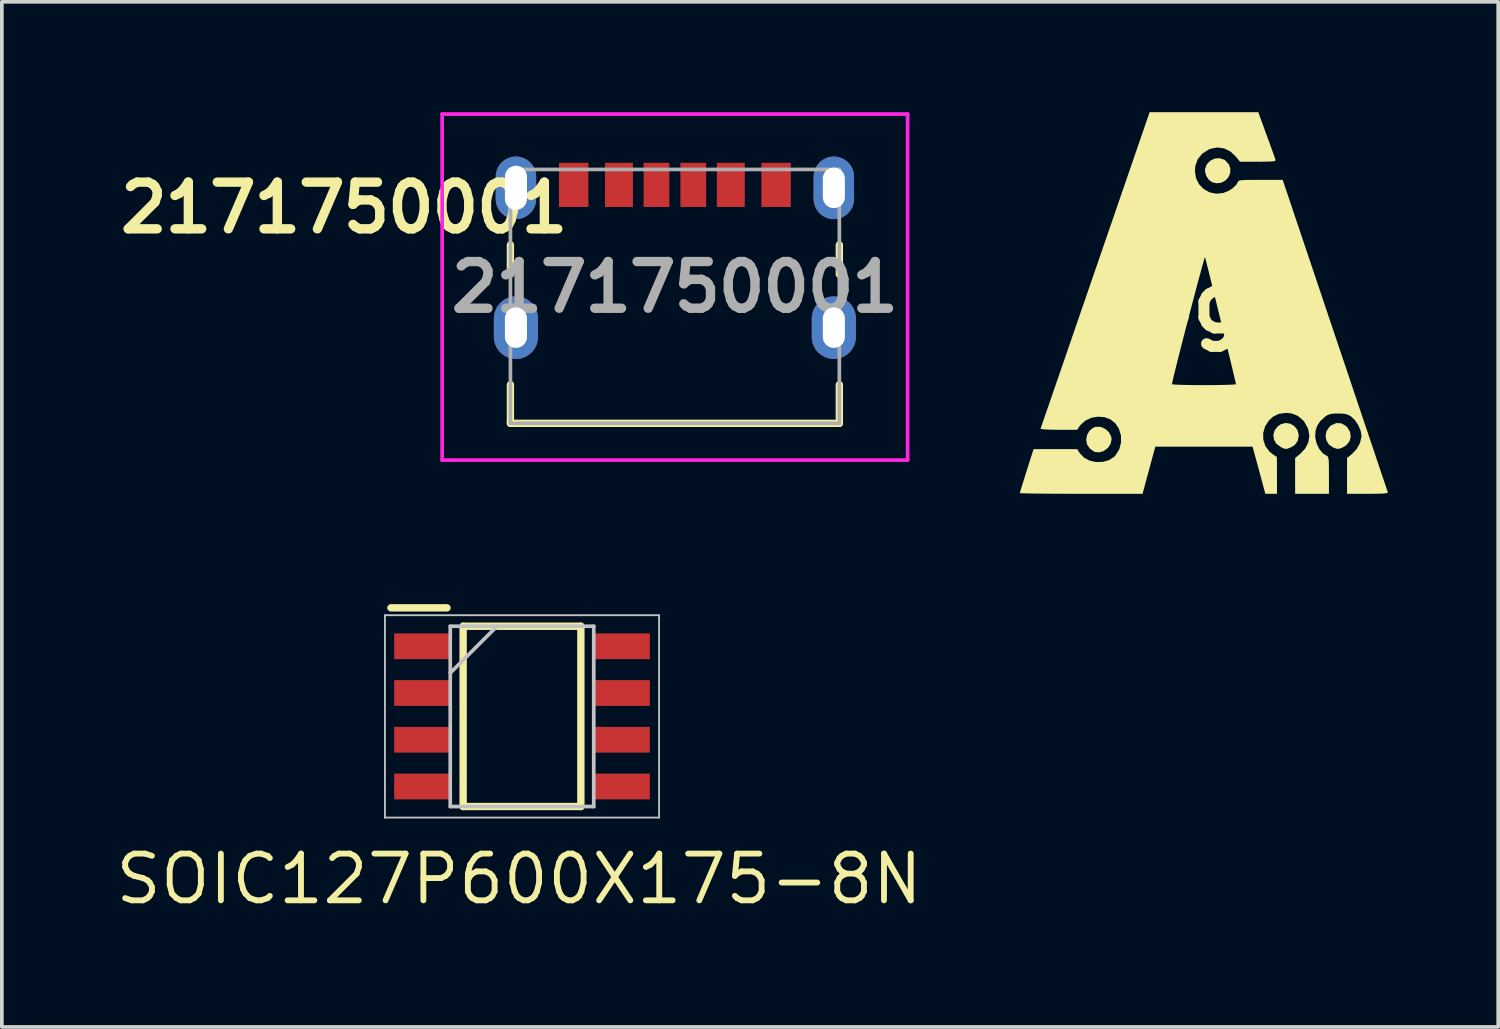
<source format=kicad_pcb>
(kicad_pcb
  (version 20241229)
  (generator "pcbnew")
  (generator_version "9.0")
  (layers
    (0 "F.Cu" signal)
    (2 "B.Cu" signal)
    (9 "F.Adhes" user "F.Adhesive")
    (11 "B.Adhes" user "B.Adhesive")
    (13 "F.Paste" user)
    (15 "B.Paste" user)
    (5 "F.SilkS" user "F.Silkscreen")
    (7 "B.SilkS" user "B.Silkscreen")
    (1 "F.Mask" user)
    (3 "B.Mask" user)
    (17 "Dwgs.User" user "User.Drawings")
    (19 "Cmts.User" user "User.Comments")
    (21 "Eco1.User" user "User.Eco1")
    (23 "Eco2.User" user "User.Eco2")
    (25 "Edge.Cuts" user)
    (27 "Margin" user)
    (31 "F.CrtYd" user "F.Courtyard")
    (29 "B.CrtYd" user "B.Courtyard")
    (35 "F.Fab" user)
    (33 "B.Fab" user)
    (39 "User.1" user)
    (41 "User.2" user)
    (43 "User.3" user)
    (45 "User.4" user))
  (footprint "2171750001"
    (layer "F.Cu")
    (at 15.292 5.005)
    (property "Reference" "2171750001" (at -8.99 -2.41 0) (layer "F.SilkS") (effects (font (size 1.27 1.27) (thickness 0.254))))
    (attr through_hole)
    (fp_line (start -4.47 -1.4) (end -4.47 -0.6) (stroke (width 0.2) (type solid)) (layer "F.SilkS"))
    (fp_line (start -4.47 2.4) (end -4.47 3.45) (stroke (width 0.2) (type solid)) (layer "F.SilkS"))
    (fp_line (start -4.47 3.45) (end 4.47 3.45) (stroke (width 0.2) (type solid)) (layer "F.SilkS"))
    (fp_line (start 4.47 -1.4) (end 4.47 -0.6) (stroke (width 0.2) (type solid)) (layer "F.SilkS"))
    (fp_line (start 4.47 3.45) (end 4.47 2.4) (stroke (width 0.2) (type solid)) (layer "F.SilkS"))
    (fp_line (start -6.325 -4.955) (end 6.325 -4.955) (stroke (width 0.1) (type solid)) (layer "F.CrtYd"))
    (fp_line (start -6.325 4.45) (end -6.325 -4.955) (stroke (width 0.1) (type solid)) (layer "F.CrtYd"))
    (fp_line (start 6.325 -4.955) (end 6.325 4.45) (stroke (width 0.1) (type solid)) (layer "F.CrtYd"))
    (fp_line (start 6.325 4.45) (end -6.325 4.45) (stroke (width 0.1) (type solid)) (layer "F.CrtYd"))
    (fp_line (start -4.47 -3.45) (end -4.47 3.45) (stroke (width 0.1) (type solid)) (layer "F.Fab"))
    (fp_line (start -4.47 3.45) (end 4.47 3.45) (stroke (width 0.1) (type solid)) (layer "F.Fab"))
    (fp_line (start 4.47 -3.45) (end -4.47 -3.45) (stroke (width 0.1) (type solid)) (layer "F.Fab"))
    (fp_line (start 4.47 3.45) (end 4.47 -3.45) (stroke (width 0.1) (type solid)) (layer "F.Fab"))
    (fp_text user "${REFERENCE}" (at 0 -0.252 0) (layer "F.Fab") (effects (font (size 1.27 1.27) (thickness 0.254))))
    (pad "A5" smd rect (at -0.5 -3.03) (size 0.7 1.2) (layers "F.Cu" "F.Mask" "F.Paste"))
    (pad "A9" smd rect (at 1.52 -3.03) (size 0.76 1.2) (layers "F.Cu" "F.Mask" "F.Paste"))
    (pad "A12" smd rect (at 2.75 -3.03) (size 0.8 1.2) (layers "F.Cu" "F.Mask" "F.Paste"))
    (pad "B5" smd rect (at 0.5 -3.03) (size 0.7 1.2) (layers "F.Cu" "F.Mask" "F.Paste"))
    (pad "B9" smd rect (at -1.52 -3.03) (size 0.76 1.2) (layers "F.Cu" "F.Mask" "F.Paste"))
    (pad "B12" smd rect (at -2.75 -3.03) (size 0.8 1.2) (layers "F.Cu" "F.Mask" "F.Paste"))
    (pad "MH1" thru_hole oval (at -4.32 0.85) (size 1.2 1.7) (drill oval 0.6 1.1) (layers "*.Cu" "*.Mask"))
    (pad "MH2" thru_hole oval (at 4.32 0.85) (size 1.2 1.7) (drill oval 0.6 1.1) (layers "*.Cu" "*.Mask"))
    (pad "MH3" thru_hole oval (at -4.32 -2.95) (size 1.1 1.7) (drill oval 0.6 1.2) (layers "*.Cu" "*.Mask"))
    (pad "MH4" thru_hole oval (at 4.32 -2.95) (size 1.1 1.7) (drill oval 0.6 1.1) (layers "*.Cu" "*.Mask")))
  (footprint "SOIC127P600X175-8N"
    (layer "F.Cu")
    (at 11.137 16.42)
    (property "Reference" "SOIC127P600X175-8N" (at -0.08 4.42 0) (layer "F.SilkS") (effects (font (size 1.27 1.27) (thickness 0.159))))
    (attr smd)
    (fp_line (start -3.562 -2.95) (end -2.038 -2.95) (stroke (width 0.2) (type solid)) (layer "F.SilkS"))
    (fp_line (start -1.6 -2.45) (end 1.6 -2.45) (stroke (width 0.2) (type solid)) (layer "F.SilkS"))
    (fp_line (start -1.6 2.45) (end -1.6 -2.45) (stroke (width 0.2) (type solid)) (layer "F.SilkS"))
    (fp_line (start 1.6 -2.45) (end 1.6 2.45) (stroke (width 0.2) (type solid)) (layer "F.SilkS"))
    (fp_line (start 1.6 2.45) (end -1.6 2.45) (stroke (width 0.2) (type solid)) (layer "F.SilkS"))
    (fp_line (start -3.725 -2.75) (end 3.725 -2.75) (stroke (width 0.05) (type solid)) (layer "Dwgs.User"))
    (fp_line (start -3.725 2.75) (end -3.725 -2.75) (stroke (width 0.05) (type solid)) (layer "Dwgs.User"))
    (fp_line (start -1.95 -2.45) (end 1.95 -2.45) (stroke (width 0.1) (type solid)) (layer "Dwgs.User"))
    (fp_line (start -1.95 -1.18) (end -0.68 -2.45) (stroke (width 0.1) (type solid)) (layer "Dwgs.User"))
    (fp_line (start -1.95 2.45) (end -1.95 -2.45) (stroke (width 0.1) (type solid)) (layer "Dwgs.User"))
    (fp_line (start 1.95 -2.45) (end 1.95 2.45) (stroke (width 0.1) (type solid)) (layer "Dwgs.User"))
    (fp_line (start 1.95 2.45) (end -1.95 2.45) (stroke (width 0.1) (type solid)) (layer "Dwgs.User"))
    (fp_line (start 3.725 -2.75) (end 3.725 2.75) (stroke (width 0.05) (type solid)) (layer "Dwgs.User"))
    (fp_line (start 3.725 2.75) (end -3.725 2.75) (stroke (width 0.05) (type solid)) (layer "Dwgs.User"))
    (pad "1" smd rect (at -2.712 -1.905 90) (size 0.7 1.525) (layers "F.Cu" "F.Mask" "F.Paste"))
    (pad "2" smd rect (at -2.712 -0.635 90) (size 0.7 1.525) (layers "F.Cu" "F.Mask" "F.Paste"))
    (pad "3" smd rect (at -2.712 0.635 90) (size 0.7 1.525) (layers "F.Cu" "F.Mask" "F.Paste"))
    (pad "4" smd rect (at -2.712 1.905 90) (size 0.7 1.525) (layers "F.Cu" "F.Mask" "F.Paste"))
    (pad "5" smd rect (at 2.712 1.905 90) (size 0.7 1.525) (layers "F.Cu" "F.Mask" "F.Paste"))
    (pad "6" smd rect (at 2.712 0.635 90) (size 0.7 1.525) (layers "F.Cu" "F.Mask" "F.Paste"))
    (pad "7" smd rect (at 2.712 -0.635 90) (size 0.7 1.525) (layers "F.Cu" "F.Mask" "F.Paste"))
    (pad "8" smd rect (at 2.712 -1.905 90) (size 0.7 1.525) (layers "F.Cu" "F.Mask" "F.Paste")))
  (footprint "logo"
    (layer "F.Cu")
    (at 29.671 5.185)
    (property "Reference" "logo" (at 0 0 0) (layer "F.SilkS") (effects (font (size 1.5 1.5) (thickness 0.3))))
    (attr board_only exclude_from_pos_files exclude_from_bom)
    (fp_poly (pts (xy 0.544 -3.898) (xy 0.584 -3.872) (xy 0.679 -3.764) (xy 0.719 -3.645) (xy 0.711 -3.524) (xy 0.662 -3.414) (xy 0.579 -3.325) (xy 0.469 -3.268) (xy 0.338 -3.254) (xy 0.222 -3.283) (xy 0.129 -3.351) (xy 0.06 -3.46) (xy 0.028 -3.583) (xy 0.03 -3.643) (xy 0.078 -3.77) (xy 0.169 -3.866) (xy 0.288 -3.924) (xy 0.418 -3.937)) (stroke (width 0) (type solid)) (fill yes) (layer "F.SilkS"))
    (fp_poly (pts (xy -2.808 3.366) (xy -2.684 3.42) (xy -2.583 3.512) (xy -2.521 3.631) (xy -2.51 3.708) (xy -2.539 3.835) (xy -2.616 3.944) (xy -2.724 4.023) (xy -2.848 4.06) (xy -2.97 4.046) (xy -3.026 4.013) (xy -3.099 3.954) (xy -3.109 3.944) (xy -3.18 3.839) (xy -3.2 3.714) (xy -3.176 3.586) (xy -3.112 3.473) (xy -3.013 3.391) (xy -2.94 3.364)) (stroke (width 0) (type solid)) (fill yes) (layer "F.SilkS"))
    (fp_poly (pts (xy 2.348 3.281) (xy 2.46 3.348) (xy 2.54 3.452) (xy 2.576 3.585) (xy 2.576 3.605) (xy 2.548 3.751) (xy 2.464 3.863) (xy 2.36 3.925) (xy 2.274 3.958) (xy 2.215 3.966) (xy 2.153 3.947) (xy 2.084 3.913) (xy 1.967 3.824) (xy 1.901 3.708) (xy 1.886 3.58) (xy 1.924 3.455) (xy 2.012 3.346) (xy 2.09 3.295) (xy 2.22 3.26)) (stroke (width 0) (type solid)) (fill yes) (layer "F.SilkS"))
    (fp_poly (pts (xy 3.731 3.269) (xy 3.856 3.339) (xy 3.897 3.379) (xy 3.972 3.505) (xy 3.989 3.639) (xy 3.951 3.766) (xy 3.862 3.872) (xy 3.771 3.925) (xy 3.686 3.958) (xy 3.628 3.965) (xy 3.563 3.947) (xy 3.503 3.922) (xy 3.392 3.842) (xy 3.326 3.73) (xy 3.306 3.602) (xy 3.335 3.474) (xy 3.413 3.361) (xy 3.462 3.321) (xy 3.598 3.263)) (stroke (width 0) (type solid)) (fill yes) (layer "F.SilkS"))
    (fp_poly (pts (xy 1.706 -4.556) (xy 1.777 -4.364) (xy 1.839 -4.19) (xy 1.891 -4.047) (xy 1.927 -3.943) (xy 1.946 -3.888) (xy 1.947 -3.884) (xy 1.939 -3.866) (xy 1.901 -3.854) (xy 1.824 -3.846) (xy 1.699 -3.841) (xy 1.519 -3.84) (xy 1.468 -3.84) (xy 0.979 -3.84) (xy 0.871 -3.974) (xy 0.721 -4.116) (xy 0.549 -4.201) (xy 0.365 -4.227) (xy 0.179 -4.191) (xy 0.131 -4.171) (xy -0.046 -4.059) (xy -0.168 -3.911) (xy -0.233 -3.729) (xy -0.246 -3.588) (xy -0.216 -3.395) (xy -0.134 -3.229) (xy -0.008 -3.098) (xy 0.151 -3.009) (xy 0.333 -2.971) (xy 0.516 -2.988) (xy 0.649 -3.038) (xy 0.774 -3.114) (xy 0.871 -3.203) (xy 0.92 -3.284) (xy 0.93 -3.306) (xy 0.952 -3.323) (xy 0.995 -3.334) (xy 1.067 -3.341) (xy 1.178 -3.345) (xy 1.336 -3.347) (xy 1.54 -3.347) (xy 2.14 -3.347) (xy 3.561 0.878) (xy 3.732 1.386) (xy 3.898 1.877) (xy 4.056 2.348) (xy 4.206 2.795) (xy 4.347 3.214) (xy 4.478 3.601) (xy 4.597 3.954) (xy 4.702 4.268) (xy 4.794 4.54) (xy 4.87 4.766) (xy 4.929 4.942) (xy 4.971 5.066) (xy 4.994 5.133) (xy 4.997 5.144) (xy 4.988 5.16) (xy 4.944 5.171) (xy 4.857 5.179) (xy 4.721 5.183) (xy 4.529 5.185) (xy 4.45 5.185) (xy 3.889 5.185) (xy 3.889 4.698) (xy 3.889 4.212) (xy 4.024 4.103) (xy 4.154 3.965) (xy 4.243 3.8) (xy 4.281 3.629) (xy 4.282 3.608) (xy 4.257 3.467) (xy 4.192 3.316) (xy 4.099 3.178) (xy 3.998 3.085) (xy 3.919 3.039) (xy 3.836 3.014) (xy 3.725 3.004) (xy 3.642 3.003) (xy 3.512 3.006) (xy 3.423 3.02) (xy 3.352 3.05) (xy 3.287 3.095) (xy 3.156 3.215) (xy 3.074 3.345) (xy 3.032 3.48) (xy 3.023 3.639) (xy 3.057 3.805) (xy 3.128 3.958) (xy 3.226 4.08) (xy 3.318 4.142) (xy 3.348 4.158) (xy 3.369 4.18) (xy 3.383 4.218) (xy 3.391 4.283) (xy 3.395 4.386) (xy 3.396 4.536) (xy 3.397 4.682) (xy 3.397 5.185) (xy 2.937 5.185) (xy 2.478 5.185) (xy 2.478 4.698) (xy 2.478 4.212) (xy 2.609 4.106) (xy 2.754 3.953) (xy 2.839 3.781) (xy 2.865 3.598) (xy 2.83 3.414) (xy 2.733 3.237) (xy 2.696 3.192) (xy 2.552 3.068) (xy 2.384 3.001) (xy 2.232 2.986) (xy 2.038 3.011) (xy 1.877 3.09) (xy 1.765 3.194) (xy 1.659 3.359) (xy 1.609 3.539) (xy 1.614 3.721) (xy 1.672 3.892) (xy 1.782 4.04) (xy 1.88 4.118) (xy 1.983 4.184) (xy 1.984 4.685) (xy 1.985 5.185) (xy 1.827 5.185) (xy 1.668 5.185) (xy 1.596 4.914) (xy 1.555 4.764) (xy 1.505 4.579) (xy 1.453 4.387) (xy 1.422 4.274) (xy 1.321 3.905) (xy -0.000001 3.905) (xy -1.321 3.905) (xy -1.422 4.274) (xy -1.472 4.457) (xy -1.524 4.65) (xy -1.572 4.825) (xy -1.596 4.914) (xy -1.668 5.185) (xy -3.336 5.185) (xy -3.66 5.185) (xy -3.963 5.184) (xy -4.24 5.182) (xy -4.483 5.18) (xy -4.687 5.177) (xy -4.846 5.174) (xy -4.953 5.17) (xy -5.002 5.167) (xy -5.005 5.166) (xy -4.995 5.13) (xy -4.969 5.041) (xy -4.928 4.911) (xy -4.877 4.748) (xy -4.819 4.562) (xy -4.818 4.559) (xy -4.631 3.971) (xy -4.038 3.971) (xy -3.446 3.972) (xy -3.374 4.082) (xy -3.26 4.202) (xy -3.108 4.283) (xy -2.935 4.322) (xy -2.757 4.319) (xy -2.588 4.274) (xy -2.445 4.184) (xy -2.408 4.147) (xy -2.303 3.981) (xy -2.253 3.793) (xy -2.256 3.598) (xy -2.314 3.412) (xy -2.408 3.27) (xy -2.543 3.162) (xy -2.707 3.102) (xy -2.886 3.089) (xy -3.063 3.121) (xy -3.225 3.198) (xy -3.358 3.317) (xy -3.384 3.353) (xy -3.446 3.446) (xy -3.949 3.446) (xy -4.126 3.444) (xy -4.273 3.439) (xy -4.379 3.431) (xy -4.435 3.422) (xy -4.441 3.416) (xy -4.429 3.382) (xy -4.397 3.29) (xy -4.347 3.142) (xy -4.278 2.944) (xy -4.193 2.697) (xy -4.093 2.406) (xy -4.024 2.207) (xy -0.869 2.207) (xy -0.838 2.213) (xy -0.749 2.219) (xy -0.612 2.224) (xy -0.436 2.228) (xy -0.227 2.231) (xy -0.000001 2.232) (xy 0.231 2.231) (xy 0.439 2.228) (xy 0.616 2.224) (xy 0.752 2.219) (xy 0.839 2.213) (xy 0.87 2.207) (xy 0.862 2.17) (xy 0.841 2.076) (xy 0.807 1.933) (xy 0.763 1.747) (xy 0.71 1.527) (xy 0.65 1.279) (xy 0.585 1.01) (xy 0.517 0.728) (xy 0.446 0.44) (xy 0.376 0.153) (xy 0.308 -0.126) (xy 0.243 -0.39) (xy 0.184 -0.631) (xy 0.132 -0.842) (xy 0.088 -1.017) (xy 0.055 -1.147) (xy 0.035 -1.226) (xy 0.028 -1.247) (xy 0.018 -1.223) (xy -0.006 -1.142) (xy -0.044 -1.011) (xy -0.091 -0.837) (xy -0.148 -0.627) (xy -0.211 -0.389) (xy -0.28 -0.128) (xy -0.353 0.147) (xy -0.426 0.431) (xy -0.5 0.716) (xy -0.572 0.995) (xy -0.64 1.262) (xy -0.703 1.509) (xy -0.758 1.73) (xy -0.804 1.917) (xy -0.839 2.064) (xy -0.861 2.163) (xy -0.869 2.207) (xy -4.024 2.207) (xy -3.978 2.075) (xy -3.851 1.707) (xy -3.713 1.305) (xy -3.564 0.873) (xy -3.406 0.414) (xy -3.24 -0.067) (xy -3.068 -0.567) (xy -2.953 -0.899) (xy -1.477 -5.185) (xy -0.000001 -5.185) (xy 1.477 -5.185)) (stroke (width 0) (type solid)) (fill yes) (layer "F.SilkS")))
  (gr_rect
    (start -3 -3)
    (end 37.668 24.861)
    (stroke (width 0.1) (type default))
    (fill no)
    (layer "Edge.Cuts")))
</source>
